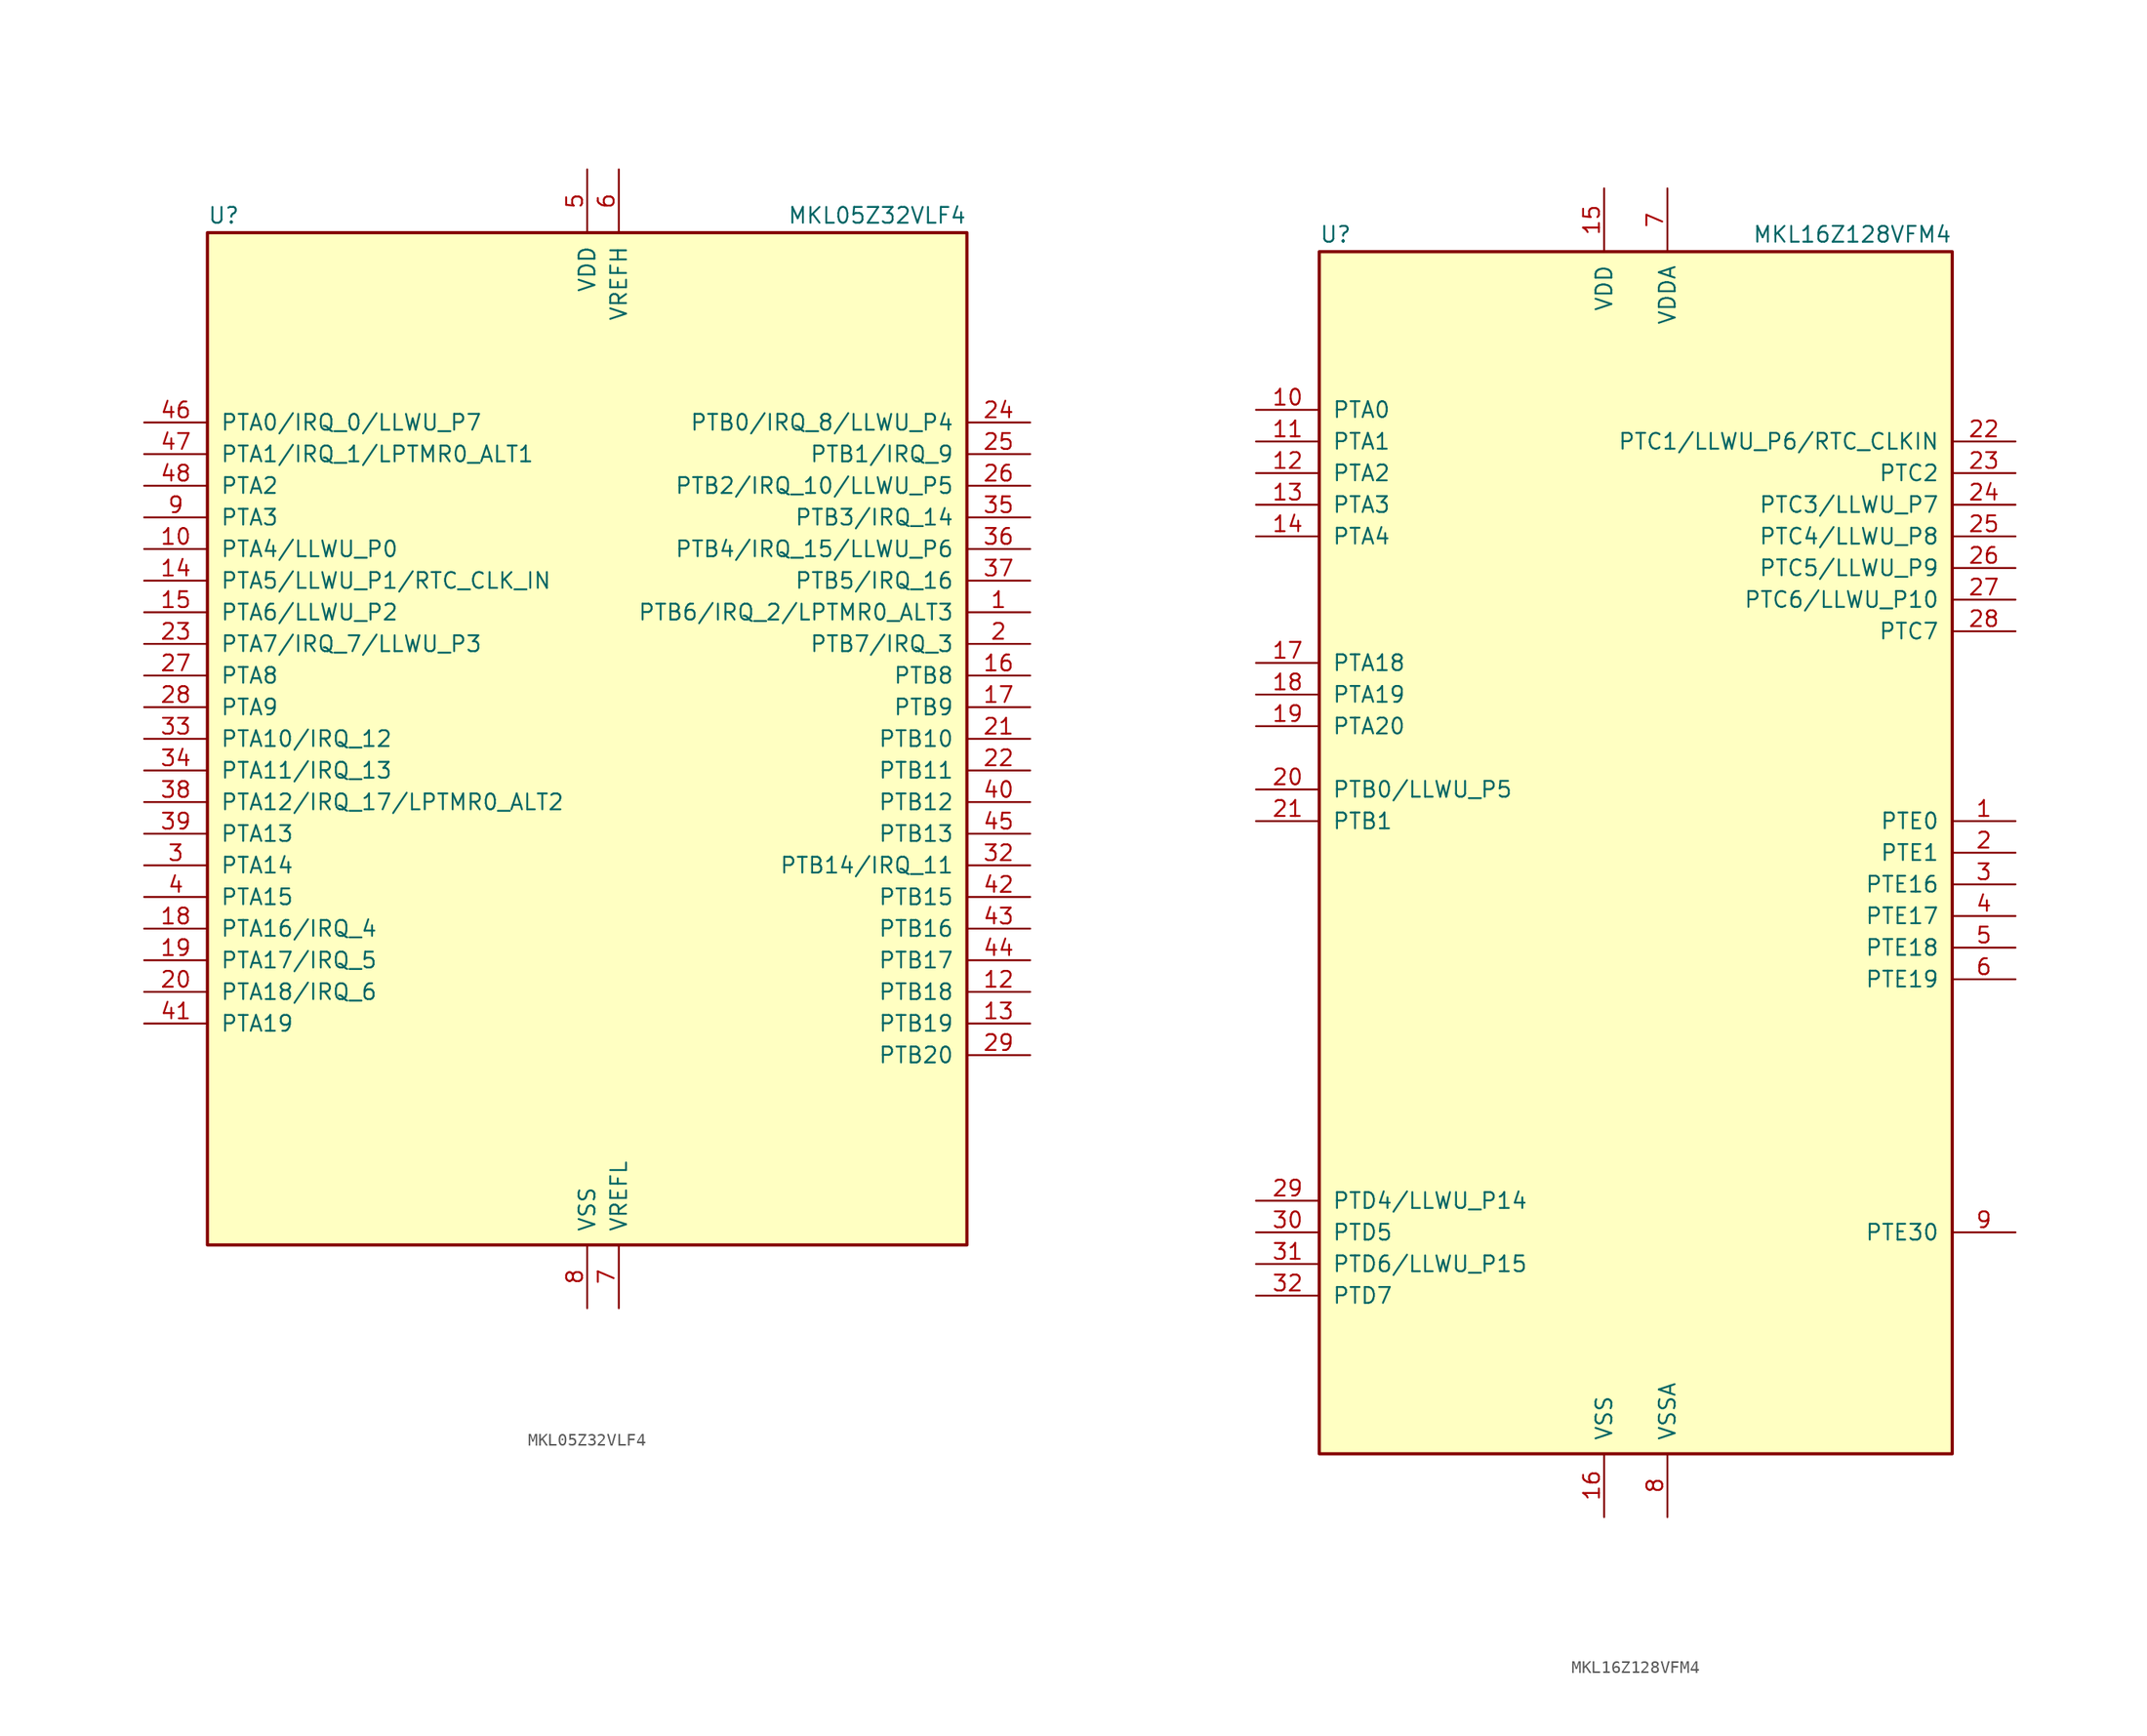
<source format=kicad_sym>
(kicad_symbol_lib
  (version 20211014)
  (generator kicad_symbol_editor)
  (symbol "MKL05Z32VLF4"
    (pin_names
      (offset 1.016))
    (property "Reference" "U"
      (at -30.48 41.275 0)
      (effects (font (size 1.27 1.27)) (justify left bottom)))
    (property "Value" "MKL05Z32VLF4"
      (at 30.48 41.275 0)
      (effects (font (size 1.27 1.27)) (justify right bottom)))
    (symbol "MKL05Z32VLF4_0_1"
      (rectangle (start -30.48 40.64) (end 30.48 -40.64) (stroke (width 0.254) (type default) (color 0 0 0 0)) (fill (type background))))
    (symbol "MKL05Z32VLF4_1_1"
      (pin bidirectional line (at 35.56 10.16 180) (length 5.08) (name "PTB6/IRQ_2/LPTMR0_ALT3" (effects (font (size 1.27 1.27)))) (number "1" (effects (font (size 1.27 1.27)))))
      (pin bidirectional line (at -35.56 15.24 0) (length 5.08) (name "PTA4/LLWU_P0" (effects (font (size 1.27 1.27)))) (number "10" (effects (font (size 1.27 1.27)))))
      (pin passive line (at 0 -45.72 90) (length 5.08) hide (name "VSS" (effects (font (size 1.27 1.27)))) (number "11" (effects (font (size 1.27 1.27)))))
      (pin bidirectional line (at 35.56 -20.32 180) (length 5.08) (name "PTB18" (effects (font (size 1.27 1.27)))) (number "12" (effects (font (size 1.27 1.27)))))
      (pin bidirectional line (at 35.56 -22.86 180) (length 5.08) (name "PTB19" (effects (font (size 1.27 1.27)))) (number "13" (effects (font (size 1.27 1.27)))))
      (pin bidirectional line (at -35.56 12.7 0) (length 5.08) (name "PTA5/LLWU_P1/RTC_CLK_IN" (effects (font (size 1.27 1.27)))) (number "14" (effects (font (size 1.27 1.27)))))
      (pin bidirectional line (at -35.56 10.16 0) (length 5.08) (name "PTA6/LLWU_P2" (effects (font (size 1.27 1.27)))) (number "15" (effects (font (size 1.27 1.27)))))
      (pin bidirectional line (at 35.56 5.08 180) (length 5.08) (name "PTB8" (effects (font (size 1.27 1.27)))) (number "16" (effects (font (size 1.27 1.27)))))
      (pin bidirectional line (at 35.56 2.54 180) (length 5.08) (name "PTB9" (effects (font (size 1.27 1.27)))) (number "17" (effects (font (size 1.27 1.27)))))
      (pin bidirectional line (at -35.56 -15.24 0) (length 5.08) (name "PTA16/IRQ_4" (effects (font (size 1.27 1.27)))) (number "18" (effects (font (size 1.27 1.27)))))
      (pin bidirectional line (at -35.56 -17.78 0) (length 5.08) (name "PTA17/IRQ_5" (effects (font (size 1.27 1.27)))) (number "19" (effects (font (size 1.27 1.27)))))
      (pin bidirectional line (at 35.56 7.62 180) (length 5.08) (name "PTB7/IRQ_3" (effects (font (size 1.27 1.27)))) (number "2" (effects (font (size 1.27 1.27)))))
      (pin bidirectional line (at -35.56 -20.32 0) (length 5.08) (name "PTA18/IRQ_6" (effects (font (size 1.27 1.27)))) (number "20" (effects (font (size 1.27 1.27)))))
      (pin bidirectional line (at 35.56 0 180) (length 5.08) (name "PTB10" (effects (font (size 1.27 1.27)))) (number "21" (effects (font (size 1.27 1.27)))))
      (pin bidirectional line (at 35.56 -2.54 180) (length 5.08) (name "PTB11" (effects (font (size 1.27 1.27)))) (number "22" (effects (font (size 1.27 1.27)))))
      (pin bidirectional line (at -35.56 7.62 0) (length 5.08) (name "PTA7/IRQ_7/LLWU_P3" (effects (font (size 1.27 1.27)))) (number "23" (effects (font (size 1.27 1.27)))))
      (pin bidirectional line (at 35.56 25.4 180) (length 5.08) (name "PTB0/IRQ_8/LLWU_P4" (effects (font (size 1.27 1.27)))) (number "24" (effects (font (size 1.27 1.27)))))
      (pin bidirectional line (at 35.56 22.86 180) (length 5.08) (name "PTB1/IRQ_9" (effects (font (size 1.27 1.27)))) (number "25" (effects (font (size 1.27 1.27)))))
      (pin bidirectional line (at 35.56 20.32 180) (length 5.08) (name "PTB2/IRQ_10/LLWU_P5" (effects (font (size 1.27 1.27)))) (number "26" (effects (font (size 1.27 1.27)))))
      (pin bidirectional line (at -35.56 5.08 0) (length 5.08) (name "PTA8" (effects (font (size 1.27 1.27)))) (number "27" (effects (font (size 1.27 1.27)))))
      (pin bidirectional line (at -35.56 2.54 0) (length 5.08) (name "PTA9" (effects (font (size 1.27 1.27)))) (number "28" (effects (font (size 1.27 1.27)))))
      (pin bidirectional line (at 35.56 -25.4 180) (length 5.08) (name "PTB20" (effects (font (size 1.27 1.27)))) (number "29" (effects (font (size 1.27 1.27)))))
      (pin bidirectional line (at -35.56 -10.16 0) (length 5.08) (name "PTA14" (effects (font (size 1.27 1.27)))) (number "3" (effects (font (size 1.27 1.27)))))
      (pin passive line (at 0 -45.72 90) (length 5.08) hide (name "VSS" (effects (font (size 1.27 1.27)))) (number "30" (effects (font (size 1.27 1.27)))))
      (pin passive line (at 0 45.72 270) (length 5.08) hide (name "VDD" (effects (font (size 1.27 1.27)))) (number "31" (effects (font (size 1.27 1.27)))))
      (pin bidirectional line (at 35.56 -10.16 180) (length 5.08) (name "PTB14/IRQ_11" (effects (font (size 1.27 1.27)))) (number "32" (effects (font (size 1.27 1.27)))))
      (pin bidirectional line (at -35.56 0 0) (length 5.08) (name "PTA10/IRQ_12" (effects (font (size 1.27 1.27)))) (number "33" (effects (font (size 1.27 1.27)))))
      (pin bidirectional line (at -35.56 -2.54 0) (length 5.08) (name "PTA11/IRQ_13" (effects (font (size 1.27 1.27)))) (number "34" (effects (font (size 1.27 1.27)))))
      (pin bidirectional line (at 35.56 17.78 180) (length 5.08) (name "PTB3/IRQ_14" (effects (font (size 1.27 1.27)))) (number "35" (effects (font (size 1.27 1.27)))))
      (pin bidirectional line (at 35.56 15.24 180) (length 5.08) (name "PTB4/IRQ_15/LLWU_P6" (effects (font (size 1.27 1.27)))) (number "36" (effects (font (size 1.27 1.27)))))
      (pin bidirectional line (at 35.56 12.7 180) (length 5.08) (name "PTB5/IRQ_16" (effects (font (size 1.27 1.27)))) (number "37" (effects (font (size 1.27 1.27)))))
      (pin bidirectional line (at -35.56 -5.08 0) (length 5.08) (name "PTA12/IRQ_17/LPTMR0_ALT2" (effects (font (size 1.27 1.27)))) (number "38" (effects (font (size 1.27 1.27)))))
      (pin bidirectional line (at -35.56 -7.62 0) (length 5.08) (name "PTA13" (effects (font (size 1.27 1.27)))) (number "39" (effects (font (size 1.27 1.27)))))
      (pin bidirectional line (at -35.56 -12.7 0) (length 5.08) (name "PTA15" (effects (font (size 1.27 1.27)))) (number "4" (effects (font (size 1.27 1.27)))))
      (pin bidirectional line (at 35.56 -5.08 180) (length 5.08) (name "PTB12" (effects (font (size 1.27 1.27)))) (number "40" (effects (font (size 1.27 1.27)))))
      (pin bidirectional line (at -35.56 -22.86 0) (length 5.08) (name "PTA19" (effects (font (size 1.27 1.27)))) (number "41" (effects (font (size 1.27 1.27)))))
      (pin bidirectional line (at 35.56 -12.7 180) (length 5.08) (name "PTB15" (effects (font (size 1.27 1.27)))) (number "42" (effects (font (size 1.27 1.27)))))
      (pin bidirectional line (at 35.56 -15.24 180) (length 5.08) (name "PTB16" (effects (font (size 1.27 1.27)))) (number "43" (effects (font (size 1.27 1.27)))))
      (pin bidirectional line (at 35.56 -17.78 180) (length 5.08) (name "PTB17" (effects (font (size 1.27 1.27)))) (number "44" (effects (font (size 1.27 1.27)))))
      (pin bidirectional line (at 35.56 -7.62 180) (length 5.08) (name "PTB13" (effects (font (size 1.27 1.27)))) (number "45" (effects (font (size 1.27 1.27)))))
      (pin bidirectional line (at -35.56 25.4 0) (length 5.08) (name "PTA0/IRQ_0/LLWU_P7" (effects (font (size 1.27 1.27)))) (number "46" (effects (font (size 1.27 1.27)))))
      (pin bidirectional line (at -35.56 22.86 0) (length 5.08) (name "PTA1/IRQ_1/LPTMR0_ALT1" (effects (font (size 1.27 1.27)))) (number "47" (effects (font (size 1.27 1.27)))))
      (pin bidirectional line (at -35.56 20.32 0) (length 5.08) (name "PTA2" (effects (font (size 1.27 1.27)))) (number "48" (effects (font (size 1.27 1.27)))))
      (pin power_in line (at 0 45.72 270) (length 5.08) (name "VDD" (effects (font (size 1.27 1.27)))) (number "5" (effects (font (size 1.27 1.27)))))
      (pin power_in line (at 2.54 45.72 270) (length 5.08) (name "VREFH" (effects (font (size 1.27 1.27)))) (number "6" (effects (font (size 1.27 1.27)))))
      (pin power_in line (at 2.54 -45.72 90) (length 5.08) (name "VREFL" (effects (font (size 1.27 1.27)))) (number "7" (effects (font (size 1.27 1.27)))))
      (pin power_in line (at 0 -45.72 90) (length 5.08) (name "VSS" (effects (font (size 1.27 1.27)))) (number "8" (effects (font (size 1.27 1.27)))))
      (pin bidirectional line (at -35.56 17.78 0) (length 5.08) (name "PTA3" (effects (font (size 1.27 1.27)))) (number "9" (effects (font (size 1.27 1.27)))))))
  (symbol "MKL16Z128VFM4"
    (pin_names
      (offset 1.016))
    (property "Reference" "U"
      (at -25.4 48.895 0)
      (effects (font (size 1.27 1.27)) (justify left bottom)))
    (property "Value" "MKL16Z128VFM4"
      (at 25.4 48.895 0)
      (effects (font (size 1.27 1.27)) (justify right bottom)))
    (symbol "MKL16Z128VFM4_0_1"
      (rectangle (start -25.4 48.26) (end 25.4 -48.26) (stroke (width 0.254) (type default) (color 0 0 0 0)) (fill (type background))))
    (symbol "MKL16Z128VFM4_1_1"
      (pin bidirectional line (at 30.48 2.54 180) (length 5.08) (name "PTE0" (effects (font (size 1.27 1.27)))) (number "1" (effects (font (size 1.27 1.27)))))
      (pin bidirectional line (at -30.48 35.56 0) (length 5.08) (name "PTA0" (effects (font (size 1.27 1.27)))) (number "10" (effects (font (size 1.27 1.27)))))
      (pin bidirectional line (at -30.48 33.02 0) (length 5.08) (name "PTA1" (effects (font (size 1.27 1.27)))) (number "11" (effects (font (size 1.27 1.27)))))
      (pin bidirectional line (at -30.48 30.48 0) (length 5.08) (name "PTA2" (effects (font (size 1.27 1.27)))) (number "12" (effects (font (size 1.27 1.27)))))
      (pin bidirectional line (at -30.48 27.94 0) (length 5.08) (name "PTA3" (effects (font (size 1.27 1.27)))) (number "13" (effects (font (size 1.27 1.27)))))
      (pin bidirectional line (at -30.48 25.4 0) (length 5.08) (name "PTA4" (effects (font (size 1.27 1.27)))) (number "14" (effects (font (size 1.27 1.27)))))
      (pin power_in line (at -2.54 53.34 270) (length 5.08) (name "VDD" (effects (font (size 1.27 1.27)))) (number "15" (effects (font (size 1.27 1.27)))))
      (pin power_in line (at -2.54 -53.34 90) (length 5.08) (name "VSS" (effects (font (size 1.27 1.27)))) (number "16" (effects (font (size 1.27 1.27)))))
      (pin bidirectional line (at -30.48 15.24 0) (length 5.08) (name "PTA18" (effects (font (size 1.27 1.27)))) (number "17" (effects (font (size 1.27 1.27)))))
      (pin bidirectional line (at -30.48 12.7 0) (length 5.08) (name "PTA19" (effects (font (size 1.27 1.27)))) (number "18" (effects (font (size 1.27 1.27)))))
      (pin bidirectional line (at -30.48 10.16 0) (length 5.08) (name "PTA20" (effects (font (size 1.27 1.27)))) (number "19" (effects (font (size 1.27 1.27)))))
      (pin bidirectional line (at 30.48 0 180) (length 5.08) (name "PTE1" (effects (font (size 1.27 1.27)))) (number "2" (effects (font (size 1.27 1.27)))))
      (pin bidirectional line (at -30.48 5.08 0) (length 5.08) (name "PTB0/LLWU_P5" (effects (font (size 1.27 1.27)))) (number "20" (effects (font (size 1.27 1.27)))))
      (pin bidirectional line (at -30.48 2.54 0) (length 5.08) (name "PTB1" (effects (font (size 1.27 1.27)))) (number "21" (effects (font (size 1.27 1.27)))))
      (pin bidirectional line (at 30.48 33.02 180) (length 5.08) (name "PTC1/LLWU_P6/RTC_CLKIN" (effects (font (size 1.27 1.27)))) (number "22" (effects (font (size 1.27 1.27)))))
      (pin bidirectional line (at 30.48 30.48 180) (length 5.08) (name "PTC2" (effects (font (size 1.27 1.27)))) (number "23" (effects (font (size 1.27 1.27)))))
      (pin bidirectional line (at 30.48 27.94 180) (length 5.08) (name "PTC3/LLWU_P7" (effects (font (size 1.27 1.27)))) (number "24" (effects (font (size 1.27 1.27)))))
      (pin bidirectional line (at 30.48 25.4 180) (length 5.08) (name "PTC4/LLWU_P8" (effects (font (size 1.27 1.27)))) (number "25" (effects (font (size 1.27 1.27)))))
      (pin bidirectional line (at 30.48 22.86 180) (length 5.08) (name "PTC5/LLWU_P9" (effects (font (size 1.27 1.27)))) (number "26" (effects (font (size 1.27 1.27)))))
      (pin bidirectional line (at 30.48 20.32 180) (length 5.08) (name "PTC6/LLWU_P10" (effects (font (size 1.27 1.27)))) (number "27" (effects (font (size 1.27 1.27)))))
      (pin bidirectional line (at 30.48 17.78 180) (length 5.08) (name "PTC7" (effects (font (size 1.27 1.27)))) (number "28" (effects (font (size 1.27 1.27)))))
      (pin bidirectional line (at -30.48 -27.94 0) (length 5.08) (name "PTD4/LLWU_P14" (effects (font (size 1.27 1.27)))) (number "29" (effects (font (size 1.27 1.27)))))
      (pin bidirectional line (at 30.48 -2.54 180) (length 5.08) (name "PTE16" (effects (font (size 1.27 1.27)))) (number "3" (effects (font (size 1.27 1.27)))))
      (pin bidirectional line (at -30.48 -30.48 0) (length 5.08) (name "PTD5" (effects (font (size 1.27 1.27)))) (number "30" (effects (font (size 1.27 1.27)))))
      (pin bidirectional line (at -30.48 -33.02 0) (length 5.08) (name "PTD6/LLWU_P15" (effects (font (size 1.27 1.27)))) (number "31" (effects (font (size 1.27 1.27)))))
      (pin bidirectional line (at -30.48 -35.56 0) (length 5.08) (name "PTD7" (effects (font (size 1.27 1.27)))) (number "32" (effects (font (size 1.27 1.27)))))
      (pin bidirectional line (at 30.48 -5.08 180) (length 5.08) (name "PTE17" (effects (font (size 1.27 1.27)))) (number "4" (effects (font (size 1.27 1.27)))))
      (pin bidirectional line (at 30.48 -7.62 180) (length 5.08) (name "PTE18" (effects (font (size 1.27 1.27)))) (number "5" (effects (font (size 1.27 1.27)))))
      (pin bidirectional line (at 30.48 -10.16 180) (length 5.08) (name "PTE19" (effects (font (size 1.27 1.27)))) (number "6" (effects (font (size 1.27 1.27)))))
      (pin power_in line (at 2.54 53.34 270) (length 5.08) (name "VDDA" (effects (font (size 1.27 1.27)))) (number "7" (effects (font (size 1.27 1.27)))))
      (pin power_in line (at 2.54 -53.34 90) (length 5.08) (name "VSSA" (effects (font (size 1.27 1.27)))) (number "8" (effects (font (size 1.27 1.27)))))
      (pin bidirectional line (at 30.48 -30.48 180) (length 5.08) (name "PTE30" (effects (font (size 1.27 1.27)))) (number "9" (effects (font (size 1.27 1.27))))))))
</source>
